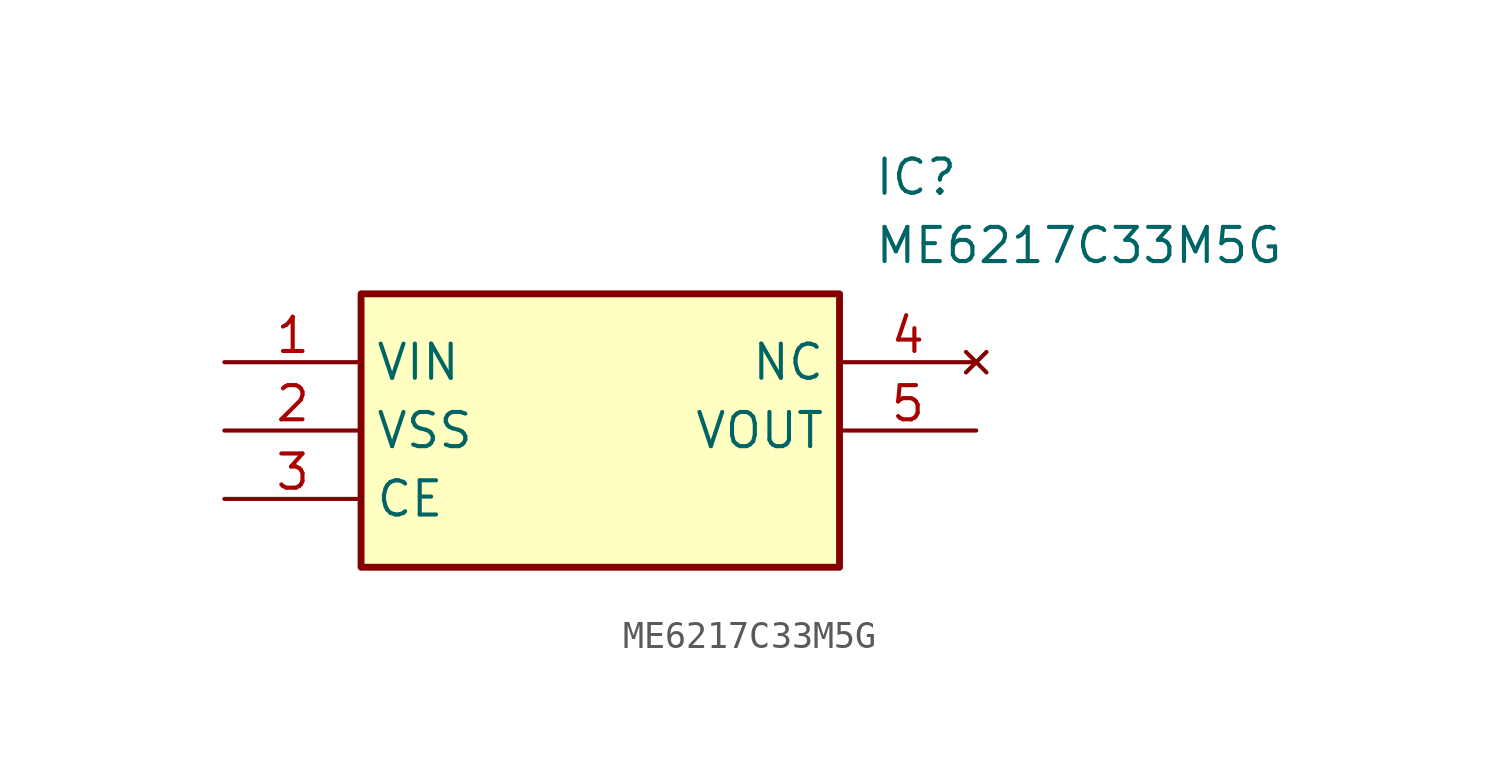
<source format=kicad_sym>
(kicad_symbol_lib
  (version 20220914)
  (generator kicad_symbol_editor)
  (symbol "ME6217C33M5G"
    (property "Reference" "IC"
      (at 24.13 7.62 0)
      (effects (font (size 1.27 1.27)) (justify left top)))
    (property "Value" "ME6217C33M5G"
      (at 24.13 5.08 0)
      (effects (font (size 1.27 1.27)) (justify left top)))
    (symbol "ME6217C33M5G_1_1"
      (rectangle (start 5.08 2.54) (end 22.86 -7.62) (stroke (width 0.254) (type default)) (fill (type background)))
      (pin passive line (at 0 0 0) (length 5.08) (name "VIN" (effects (font (size 1.27 1.27)))) (number "1" (effects (font (size 1.27 1.27)))))
      (pin passive line (at 0 -2.54 0) (length 5.08) (name "VSS" (effects (font (size 1.27 1.27)))) (number "2" (effects (font (size 1.27 1.27)))))
      (pin passive line (at 0 -5.08 0) (length 5.08) (name "CE" (effects (font (size 1.27 1.27)))) (number "3" (effects (font (size 1.27 1.27)))))
      (pin no_connect line (at 27.94 0 180) (length 5.08) (name "NC" (effects (font (size 1.27 1.27)))) (number "4" (effects (font (size 1.27 1.27)))))
      (pin passive line (at 27.94 -2.54 180) (length 5.08) (name "VOUT" (effects (font (size 1.27 1.27)))) (number "5" (effects (font (size 1.27 1.27))))))))
</source>
